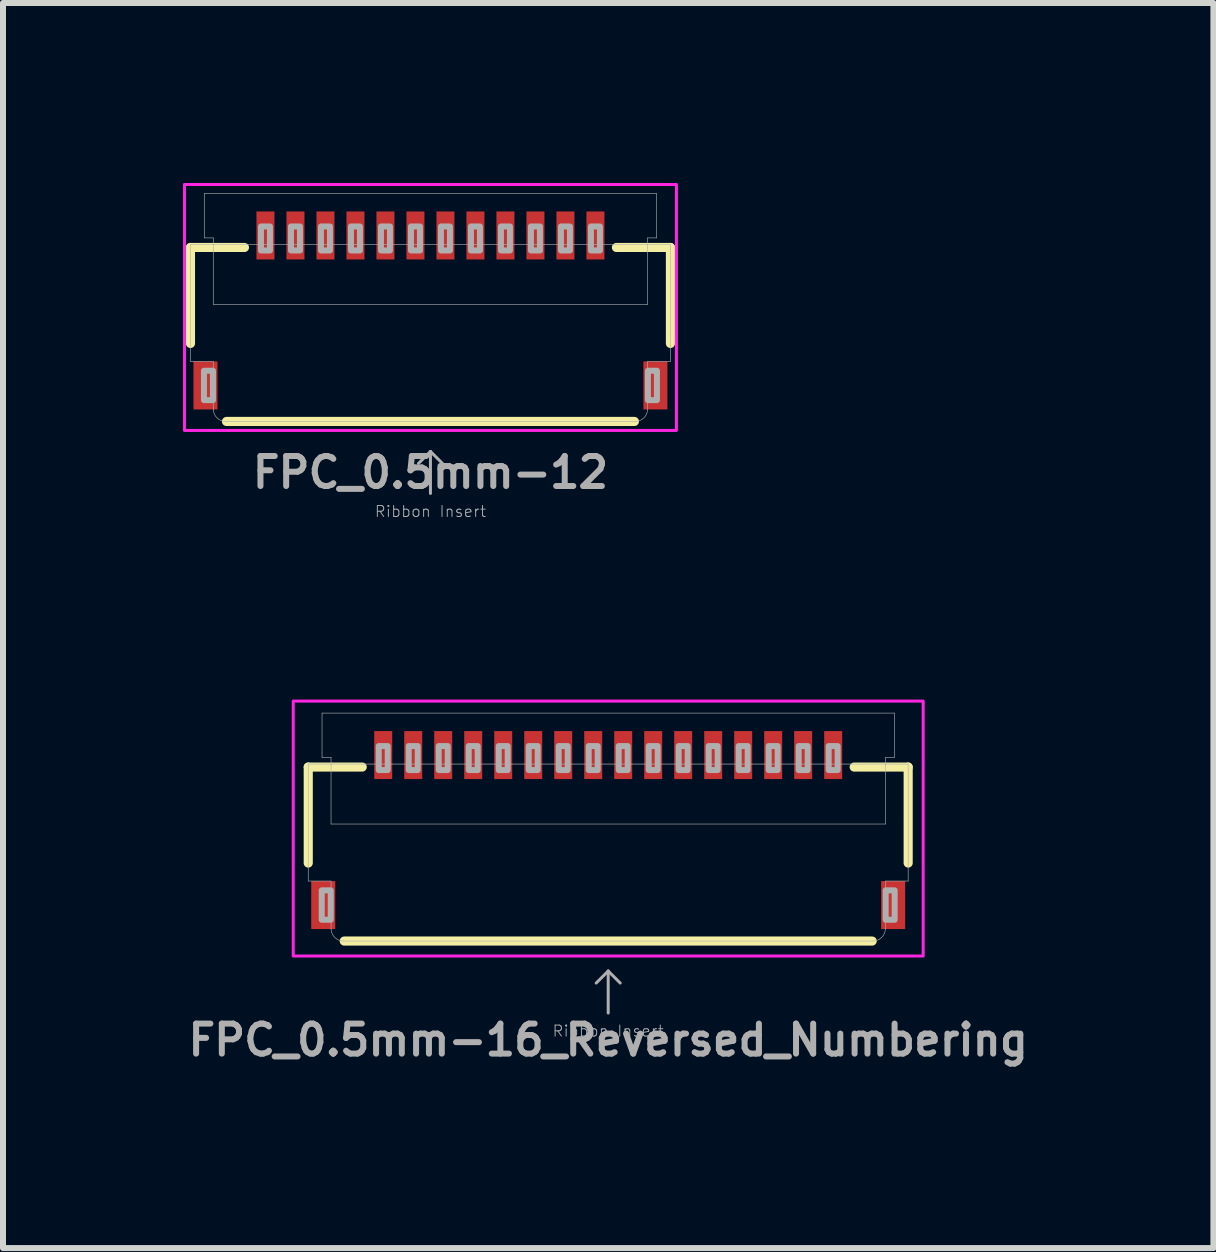
<source format=kicad_pcb>
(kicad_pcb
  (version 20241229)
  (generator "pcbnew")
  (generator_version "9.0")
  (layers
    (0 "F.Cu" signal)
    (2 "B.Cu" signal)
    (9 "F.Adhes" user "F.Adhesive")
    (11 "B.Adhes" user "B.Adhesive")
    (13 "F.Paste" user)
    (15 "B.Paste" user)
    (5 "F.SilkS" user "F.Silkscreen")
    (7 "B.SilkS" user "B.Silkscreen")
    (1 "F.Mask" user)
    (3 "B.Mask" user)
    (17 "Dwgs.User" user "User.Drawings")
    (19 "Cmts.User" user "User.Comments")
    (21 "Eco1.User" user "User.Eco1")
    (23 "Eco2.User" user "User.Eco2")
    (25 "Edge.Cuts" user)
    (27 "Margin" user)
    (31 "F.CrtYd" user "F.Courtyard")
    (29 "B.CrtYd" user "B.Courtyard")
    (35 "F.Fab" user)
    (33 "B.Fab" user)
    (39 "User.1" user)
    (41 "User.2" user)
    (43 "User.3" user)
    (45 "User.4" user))
  (footprint "FPC_0.5mm-12"
    (layer "F.Cu")
    (at 4.125 2.225)
    (property "Reference" "FPC_0.5mm-12" (at 0 2.6 0) (layer "F.Fab") (effects (font (size 0.5 0.5) (thickness 0.1) (bold yes))))
    (attr smd)
    (fp_line (start -4 -1.15) (end -4 0.45) (stroke (width 0.152) (type solid)) (layer "F.SilkS"))
    (fp_line (start -4 -1.15) (end -3.1 -1.15) (stroke (width 0.152) (type solid)) (layer "F.SilkS"))
    (fp_line (start -3.4 1.75) (end 3.4 1.75) (stroke (width 0.152) (type solid)) (layer "F.SilkS"))
    (fp_line (start 4 -1.15) (end 3.1 -1.15) (stroke (width 0.152) (type solid)) (layer "F.SilkS"))
    (fp_line (start 4 -1.15) (end 4 0.45) (stroke (width 0.152) (type solid)) (layer "F.SilkS"))
    (fp_rect (start -4.1 -2.2) (end 4.1 1.9) (stroke (width 0.05) (type default)) (fill no) (layer "F.CrtYd"))
    (fp_line (start -4 -1.2) (end -4 0.75) (stroke (width 0.01) (type solid)) (layer "F.Fab"))
    (fp_line (start -4 -1.2) (end -3.62 -1.2) (stroke (width 0.01) (type solid)) (layer "F.Fab"))
    (fp_line (start -3.77 -2.05) (end -3.77 -1.31) (stroke (width 0.01) (type solid)) (layer "F.Fab"))
    (fp_line (start -3.77 -2.05) (end 3.77 -2.05) (stroke (width 0.01) (type solid)) (layer "F.Fab"))
    (fp_line (start -3.62 -1.31) (end -3.77 -1.31) (stroke (width 0.01) (type solid)) (layer "F.Fab"))
    (fp_line (start -3.62 -1.2) (end -3.62 -1.31) (stroke (width 0.01) (type solid)) (layer "F.Fab"))
    (fp_line (start -3.62 -1.2) (end 3.62 -1.2) (stroke (width 0.01) (type solid)) (layer "F.Fab"))
    (fp_line (start -3.62 -0.2) (end -3.62 -1.2) (stroke (width 0.01) (type solid)) (layer "F.Fab"))
    (fp_line (start -3.62 -0.2) (end 3.62 -0.2) (stroke (width 0.01) (type solid)) (layer "F.Fab"))
    (fp_line (start -3.62 0.75) (end -4 0.75) (stroke (width 0.01) (type solid)) (layer "F.Fab"))
    (fp_line (start -3.62 1.55) (end -3.62 0.75) (stroke (width 0.01) (type solid)) (layer "F.Fab"))
    (fp_line (start 0 2.25) (end -0.2 2.45) (stroke (width 0.05) (type solid)) (layer "F.Fab"))
    (fp_line (start 0 2.25) (end 0.2 2.45) (stroke (width 0.05) (type solid)) (layer "F.Fab"))
    (fp_line (start 0 2.95) (end 0 2.25) (stroke (width 0.05) (type solid)) (layer "F.Fab"))
    (fp_line (start 3.41 1.75) (end -3.41 1.75) (stroke (width 0.01) (type solid)) (layer "F.Fab"))
    (fp_line (start 3.62 -1.31) (end 3.77 -1.31) (stroke (width 0.01) (type solid)) (layer "F.Fab"))
    (fp_line (start 3.62 -1.2) (end 3.62 -1.31) (stroke (width 0.01) (type solid)) (layer "F.Fab"))
    (fp_line (start 3.62 -1.2) (end 4 -1.2) (stroke (width 0.01) (type solid)) (layer "F.Fab"))
    (fp_line (start 3.62 -0.2) (end 3.62 -1.2) (stroke (width 0.01) (type solid)) (layer "F.Fab"))
    (fp_line (start 3.62 1.55) (end 3.62 0.75) (stroke (width 0.01) (type solid)) (layer "F.Fab"))
    (fp_line (start 3.77 -1.31) (end 3.77 -2.05) (stroke (width 0.01) (type solid)) (layer "F.Fab"))
    (fp_line (start 4 -1.2) (end 4 0.75) (stroke (width 0.01) (type solid)) (layer "F.Fab"))
    (fp_line (start 4 0.75) (end 3.62 0.75) (stroke (width 0.01) (type solid)) (layer "F.Fab"))
    (fp_arc (start -3.409999 1.749999) (mid -3.55542 1.692442) (end -3.62 1.55) (stroke (width 0.01) (type solid)) (layer "F.Fab"))
    (fp_arc (start 3.62 1.55) (mid 3.55542 1.692442) (end 3.409999 1.749999) (stroke (width 0.01) (type solid)) (layer "F.Fab"))
    (fp_poly (pts (xy -3.775 1.395) (xy -3.625 1.395) (xy -3.625 0.905) (xy -3.775 0.905)) (stroke (width 0.1) (type default)) (fill no) (layer "F.Fab"))
    (fp_poly (pts (xy -2.825 -1.1) (xy -2.675 -1.1) (xy -2.675 -1.5) (xy -2.825 -1.5)) (stroke (width 0.1) (type default)) (fill no) (layer "F.Fab"))
    (fp_poly (pts (xy -2.325 -1.1) (xy -2.175 -1.1) (xy -2.175 -1.5) (xy -2.325 -1.5)) (stroke (width 0.1) (type default)) (fill no) (layer "F.Fab"))
    (fp_poly (pts (xy -1.825 -1.1) (xy -1.675 -1.1) (xy -1.675 -1.5) (xy -1.825 -1.5)) (stroke (width 0.1) (type default)) (fill no) (layer "F.Fab"))
    (fp_poly (pts (xy -1.325 -1.1) (xy -1.175 -1.1) (xy -1.175 -1.5) (xy -1.325 -1.5)) (stroke (width 0.1) (type default)) (fill no) (layer "F.Fab"))
    (fp_poly (pts (xy -0.825 -1.1) (xy -0.675 -1.1) (xy -0.675 -1.5) (xy -0.825 -1.5)) (stroke (width 0.1) (type default)) (fill no) (layer "F.Fab"))
    (fp_poly (pts (xy -0.325 -1.1) (xy -0.175 -1.1) (xy -0.175 -1.5) (xy -0.325 -1.5)) (stroke (width 0.1) (type default)) (fill no) (layer "F.Fab"))
    (fp_poly (pts (xy 0.175 -1.1) (xy 0.325 -1.1) (xy 0.325 -1.5) (xy 0.175 -1.5)) (stroke (width 0.1) (type default)) (fill no) (layer "F.Fab"))
    (fp_poly (pts (xy 0.675 -1.1) (xy 0.825 -1.1) (xy 0.825 -1.5) (xy 0.675 -1.5)) (stroke (width 0.1) (type default)) (fill no) (layer "F.Fab"))
    (fp_poly (pts (xy 1.175 -1.1) (xy 1.325 -1.1) (xy 1.325 -1.5) (xy 1.175 -1.5)) (stroke (width 0.1) (type default)) (fill no) (layer "F.Fab"))
    (fp_poly (pts (xy 1.675 -1.1) (xy 1.825 -1.1) (xy 1.825 -1.5) (xy 1.675 -1.5)) (stroke (width 0.1) (type default)) (fill no) (layer "F.Fab"))
    (fp_poly (pts (xy 2.175 -1.1) (xy 2.325 -1.1) (xy 2.325 -1.5) (xy 2.175 -1.5)) (stroke (width 0.1) (type default)) (fill no) (layer "F.Fab"))
    (fp_poly (pts (xy 2.675 -1.1) (xy 2.825 -1.1) (xy 2.825 -1.5) (xy 2.675 -1.5)) (stroke (width 0.1) (type default)) (fill no) (layer "F.Fab"))
    (fp_poly (pts (xy 3.625 1.395) (xy 3.775 1.395) (xy 3.775 0.905) (xy 3.625 0.905)) (stroke (width 0.1) (type default)) (fill no) (layer "F.Fab"))
    (fp_text user "Ribbon Insert" (at 0 3.25 0) (layer "F.Fab") (effects (font (size 0.184 0.184) (thickness 0.016))))
    (pad "1" smd rect (at -2.75 -1.35) (size 0.3 0.8) (layers "F.Cu" "F.Mask" "F.Paste"))
    (pad "2" smd rect (at -2.25 -1.35) (size 0.3 0.8) (layers "F.Cu" "F.Mask" "F.Paste"))
    (pad "3" smd rect (at -1.75 -1.35) (size 0.3 0.8) (layers "F.Cu" "F.Mask" "F.Paste"))
    (pad "4" smd rect (at -1.25 -1.35) (size 0.3 0.8) (layers "F.Cu" "F.Mask" "F.Paste"))
    (pad "5" smd rect (at -0.75 -1.35) (size 0.3 0.8) (layers "F.Cu" "F.Mask" "F.Paste"))
    (pad "6" smd rect (at -0.25 -1.35) (size 0.3 0.8) (layers "F.Cu" "F.Mask" "F.Paste"))
    (pad "7" smd rect (at 0.25 -1.35) (size 0.3 0.8) (layers "F.Cu" "F.Mask" "F.Paste"))
    (pad "8" smd rect (at 0.75 -1.35) (size 0.3 0.8) (layers "F.Cu" "F.Mask" "F.Paste"))
    (pad "9" smd rect (at 1.25 -1.35) (size 0.3 0.8) (layers "F.Cu" "F.Mask" "F.Paste"))
    (pad "10" smd rect (at 1.75 -1.35) (size 0.3 0.8) (layers "F.Cu" "F.Mask" "F.Paste"))
    (pad "11" smd rect (at 2.25 -1.35) (size 0.3 0.8) (layers "F.Cu" "F.Mask" "F.Paste"))
    (pad "12" smd rect (at 2.75 -1.35) (size 0.3 0.8) (layers "F.Cu" "F.Mask" "F.Paste"))
    (pad "MP1" smd rect (at -3.75 1.15) (size 0.4 0.8) (layers "F.Cu" "F.Mask" "F.Paste"))
    (pad "MP2" smd rect (at 3.75 1.15) (size 0.4 0.8) (layers "F.Cu" "F.Mask" "F.Paste")))
  (footprint "FPC_0.5mm-16_Reversed_Numbering"
    (layer "F.Cu")
    (at 7.088 10.886)
    (property "Reference" "FPC_0.5mm-16_Reversed_Numbering" (at 0 3.4 0) (layer "F.Fab") (effects (font (size 0.5 0.5) (thickness 0.1) (bold yes))))
    (attr smd)
    (fp_line (start -5 -1.15) (end -5 0.45) (stroke (width 0.152) (type solid)) (layer "F.SilkS"))
    (fp_line (start -5 -1.15) (end -4.1 -1.15) (stroke (width 0.152) (type solid)) (layer "F.SilkS"))
    (fp_line (start -4.4 1.75) (end 4.4 1.75) (stroke (width 0.152) (type solid)) (layer "F.SilkS"))
    (fp_line (start 5 -1.15) (end 4.1 -1.15) (stroke (width 0.152) (type solid)) (layer "F.SilkS"))
    (fp_line (start 5 -1.15) (end 5 0.45) (stroke (width 0.152) (type solid)) (layer "F.SilkS"))
    (fp_poly (pts (xy -3.875 -1.025) (xy -3.625 -1.025) (xy -3.625 -1.675) (xy -3.875 -1.675)) (stroke (width 0) (type default)) (fill yes) (layer "F.Paste"))
    (fp_poly (pts (xy -3.375 -1.025) (xy -3.125 -1.025) (xy -3.125 -1.675) (xy -3.375 -1.675)) (stroke (width 0) (type default)) (fill yes) (layer "F.Paste"))
    (fp_poly (pts (xy -2.875 -1.025) (xy -2.625 -1.025) (xy -2.625 -1.675) (xy -2.875 -1.675)) (stroke (width 0) (type default)) (fill yes) (layer "F.Paste"))
    (fp_poly (pts (xy -2.375 -1.025) (xy -2.125 -1.025) (xy -2.125 -1.675) (xy -2.375 -1.675)) (stroke (width 0) (type default)) (fill yes) (layer "F.Paste"))
    (fp_poly (pts (xy -1.875 -1.025) (xy -1.625 -1.025) (xy -1.625 -1.675) (xy -1.875 -1.675)) (stroke (width 0) (type default)) (fill yes) (layer "F.Paste"))
    (fp_poly (pts (xy -1.375 -1.025) (xy -1.125 -1.025) (xy -1.125 -1.675) (xy -1.375 -1.675)) (stroke (width 0) (type default)) (fill yes) (layer "F.Paste"))
    (fp_poly (pts (xy -0.875 -1.025) (xy -0.625 -1.025) (xy -0.625 -1.675) (xy -0.875 -1.675)) (stroke (width 0) (type default)) (fill yes) (layer "F.Paste"))
    (fp_poly (pts (xy -0.375 -1.025) (xy -0.125 -1.025) (xy -0.125 -1.675) (xy -0.375 -1.675)) (stroke (width 0) (type default)) (fill yes) (layer "F.Paste"))
    (fp_poly (pts (xy 0.125 -1.025) (xy 0.375 -1.025) (xy 0.375 -1.675) (xy 0.125 -1.675)) (stroke (width 0) (type default)) (fill yes) (layer "F.Paste"))
    (fp_poly (pts (xy 0.625 -1.025) (xy 0.875 -1.025) (xy 0.875 -1.675) (xy 0.625 -1.675)) (stroke (width 0) (type default)) (fill yes) (layer "F.Paste"))
    (fp_poly (pts (xy 1.125 -1.025) (xy 1.375 -1.025) (xy 1.375 -1.675) (xy 1.125 -1.675)) (stroke (width 0) (type default)) (fill yes) (layer "F.Paste"))
    (fp_poly (pts (xy 1.625 -1.025) (xy 1.875 -1.025) (xy 1.875 -1.675) (xy 1.625 -1.675)) (stroke (width 0) (type default)) (fill yes) (layer "F.Paste"))
    (fp_poly (pts (xy 2.125 -1.025) (xy 2.375 -1.025) (xy 2.375 -1.675) (xy 2.125 -1.675)) (stroke (width 0) (type default)) (fill yes) (layer "F.Paste"))
    (fp_poly (pts (xy 2.625 -1.025) (xy 2.875 -1.025) (xy 2.875 -1.675) (xy 2.625 -1.675)) (stroke (width 0) (type default)) (fill yes) (layer "F.Paste"))
    (fp_poly (pts (xy 3.125 -1.025) (xy 3.375 -1.025) (xy 3.375 -1.675) (xy 3.125 -1.675)) (stroke (width 0) (type default)) (fill yes) (layer "F.Paste"))
    (fp_poly (pts (xy 3.625 -1.025) (xy 3.875 -1.025) (xy 3.875 -1.675) (xy 3.625 -1.675)) (stroke (width 0) (type default)) (fill yes) (layer "F.Paste"))
    (fp_rect (start -5.25 -2.25) (end 5.25 2) (stroke (width 0.05) (type default)) (fill no) (layer "F.CrtYd"))
    (fp_line (start -5 -1.2) (end -5 0.75) (stroke (width 0.01) (type solid)) (layer "F.Fab"))
    (fp_line (start -5 -1.2) (end -4.62 -1.2) (stroke (width 0.01) (type solid)) (layer "F.Fab"))
    (fp_line (start -4.77 -2.05) (end -4.77 -1.31) (stroke (width 0.01) (type solid)) (layer "F.Fab"))
    (fp_line (start -4.77 -2.05) (end 4.77 -2.05) (stroke (width 0.01) (type solid)) (layer "F.Fab"))
    (fp_line (start -4.62 -1.31) (end -4.77 -1.31) (stroke (width 0.01) (type solid)) (layer "F.Fab"))
    (fp_line (start -4.62 -1.2) (end -4.62 -1.31) (stroke (width 0.01) (type solid)) (layer "F.Fab"))
    (fp_line (start -4.62 -1.2) (end 4.62 -1.2) (stroke (width 0.01) (type solid)) (layer "F.Fab"))
    (fp_line (start -4.62 -0.2) (end -4.62 -1.2) (stroke (width 0.01) (type solid)) (layer "F.Fab"))
    (fp_line (start -4.62 -0.2) (end 4.62 -0.2) (stroke (width 0.01) (type solid)) (layer "F.Fab"))
    (fp_line (start -4.62 0.75) (end -5 0.75) (stroke (width 0.01) (type solid)) (layer "F.Fab"))
    (fp_line (start -4.62 1.55) (end -4.62 0.75) (stroke (width 0.01) (type solid)) (layer "F.Fab"))
    (fp_line (start 0 2.25) (end -0.2 2.45) (stroke (width 0.05) (type solid)) (layer "F.Fab"))
    (fp_line (start 0 2.25) (end 0.2 2.45) (stroke (width 0.05) (type solid)) (layer "F.Fab"))
    (fp_line (start 0 2.95) (end 0 2.25) (stroke (width 0.05) (type solid)) (layer "F.Fab"))
    (fp_line (start 4.41 1.75) (end -4.41 1.75) (stroke (width 0.01) (type solid)) (layer "F.Fab"))
    (fp_line (start 4.62 -1.31) (end 4.77 -1.31) (stroke (width 0.01) (type solid)) (layer "F.Fab"))
    (fp_line (start 4.62 -1.2) (end 4.62 -1.31) (stroke (width 0.01) (type solid)) (layer "F.Fab"))
    (fp_line (start 4.62 -1.2) (end 5 -1.2) (stroke (width 0.01) (type solid)) (layer "F.Fab"))
    (fp_line (start 4.62 -0.2) (end 4.62 -1.2) (stroke (width 0.01) (type solid)) (layer "F.Fab"))
    (fp_line (start 4.62 1.55) (end 4.62 0.75) (stroke (width 0.01) (type solid)) (layer "F.Fab"))
    (fp_line (start 4.77 -1.31) (end 4.77 -2.05) (stroke (width 0.01) (type solid)) (layer "F.Fab"))
    (fp_line (start 5 -1.2) (end 5 0.75) (stroke (width 0.01) (type solid)) (layer "F.Fab"))
    (fp_line (start 5 0.75) (end 4.62 0.75) (stroke (width 0.01) (type solid)) (layer "F.Fab"))
    (fp_arc (start -4.409999 1.749999) (mid -4.55542 1.692442) (end -4.62 1.55) (stroke (width 0.01) (type solid)) (layer "F.Fab"))
    (fp_arc (start 4.62 1.55) (mid 4.55542 1.692442) (end 4.409999 1.749999) (stroke (width 0.01) (type solid)) (layer "F.Fab"))
    (fp_poly (pts (xy -4.775 1.395) (xy -4.625 1.395) (xy -4.625 0.905) (xy -4.775 0.905)) (stroke (width 0.1) (type default)) (fill no) (layer "F.Fab"))
    (fp_poly (pts (xy -3.825 -1.1) (xy -3.675 -1.1) (xy -3.675 -1.5) (xy -3.825 -1.5)) (stroke (width 0.1) (type default)) (fill no) (layer "F.Fab"))
    (fp_poly (pts (xy -3.325 -1.1) (xy -3.175 -1.1) (xy -3.175 -1.5) (xy -3.325 -1.5)) (stroke (width 0.1) (type default)) (fill no) (layer "F.Fab"))
    (fp_poly (pts (xy -2.825 -1.1) (xy -2.675 -1.1) (xy -2.675 -1.5) (xy -2.825 -1.5)) (stroke (width 0.1) (type default)) (fill no) (layer "F.Fab"))
    (fp_poly (pts (xy -2.325 -1.1) (xy -2.175 -1.1) (xy -2.175 -1.5) (xy -2.325 -1.5)) (stroke (width 0.1) (type default)) (fill no) (layer "F.Fab"))
    (fp_poly (pts (xy -1.825 -1.1) (xy -1.675 -1.1) (xy -1.675 -1.5) (xy -1.825 -1.5)) (stroke (width 0.1) (type default)) (fill no) (layer "F.Fab"))
    (fp_poly (pts (xy -1.325 -1.1) (xy -1.175 -1.1) (xy -1.175 -1.5) (xy -1.325 -1.5)) (stroke (width 0.1) (type default)) (fill no) (layer "F.Fab"))
    (fp_poly (pts (xy -0.825 -1.1) (xy -0.675 -1.1) (xy -0.675 -1.5) (xy -0.825 -1.5)) (stroke (width 0.1) (type default)) (fill no) (layer "F.Fab"))
    (fp_poly (pts (xy -0.325 -1.1) (xy -0.175 -1.1) (xy -0.175 -1.5) (xy -0.325 -1.5)) (stroke (width 0.1) (type default)) (fill no) (layer "F.Fab"))
    (fp_poly (pts (xy 0.175 -1.1) (xy 0.325 -1.1) (xy 0.325 -1.5) (xy 0.175 -1.5)) (stroke (width 0.1) (type default)) (fill no) (layer "F.Fab"))
    (fp_poly (pts (xy 0.675 -1.1) (xy 0.825 -1.1) (xy 0.825 -1.5) (xy 0.675 -1.5)) (stroke (width 0.1) (type default)) (fill no) (layer "F.Fab"))
    (fp_poly (pts (xy 1.175 -1.1) (xy 1.325 -1.1) (xy 1.325 -1.5) (xy 1.175 -1.5)) (stroke (width 0.1) (type default)) (fill no) (layer "F.Fab"))
    (fp_poly (pts (xy 1.675 -1.1) (xy 1.825 -1.1) (xy 1.825 -1.5) (xy 1.675 -1.5)) (stroke (width 0.1) (type default)) (fill no) (layer "F.Fab"))
    (fp_poly (pts (xy 2.175 -1.1) (xy 2.325 -1.1) (xy 2.325 -1.5) (xy 2.175 -1.5)) (stroke (width 0.1) (type default)) (fill no) (layer "F.Fab"))
    (fp_poly (pts (xy 2.675 -1.1) (xy 2.825 -1.1) (xy 2.825 -1.5) (xy 2.675 -1.5)) (stroke (width 0.1) (type default)) (fill no) (layer "F.Fab"))
    (fp_poly (pts (xy 3.175 -1.1) (xy 3.325 -1.1) (xy 3.325 -1.5) (xy 3.175 -1.5)) (stroke (width 0.1) (type default)) (fill no) (layer "F.Fab"))
    (fp_poly (pts (xy 3.675 -1.1) (xy 3.825 -1.1) (xy 3.825 -1.5) (xy 3.675 -1.5)) (stroke (width 0.1) (type default)) (fill no) (layer "F.Fab"))
    (fp_poly (pts (xy 4.625 1.395) (xy 4.775 1.395) (xy 4.775 0.905) (xy 4.625 0.905)) (stroke (width 0.1) (type default)) (fill no) (layer "F.Fab"))
    (fp_text user "Ribbon Insert" (at 0 3.25 0) (layer "F.Fab") (effects (font (size 0.184 0.184) (thickness 0.016))))
    (pad "1" smd rect (at 3.75 -1.35) (size 0.3 0.8) (layers "F.Cu" "F.Mask"))
    (pad "2" smd rect (at 3.25 -1.35) (size 0.3 0.8) (layers "F.Cu" "F.Mask"))
    (pad "3" smd rect (at 2.75 -1.35) (size 0.3 0.8) (layers "F.Cu" "F.Mask"))
    (pad "4" smd rect (at 2.25 -1.35) (size 0.3 0.8) (layers "F.Cu" "F.Mask"))
    (pad "5" smd rect (at 1.75 -1.35) (size 0.3 0.8) (layers "F.Cu" "F.Mask"))
    (pad "6" smd rect (at 1.25 -1.35) (size 0.3 0.8) (layers "F.Cu" "F.Mask"))
    (pad "7" smd rect (at 0.75 -1.35) (size 0.3 0.8) (layers "F.Cu" "F.Mask"))
    (pad "8" smd rect (at 0.25 -1.35) (size 0.3 0.8) (layers "F.Cu" "F.Mask"))
    (pad "9" smd rect (at -0.25 -1.35) (size 0.3 0.8) (layers "F.Cu" "F.Mask"))
    (pad "10" smd rect (at -0.75 -1.35) (size 0.3 0.8) (layers "F.Cu" "F.Mask"))
    (pad "11" smd rect (at -1.25 -1.35) (size 0.3 0.8) (layers "F.Cu" "F.Mask"))
    (pad "12" smd rect (at -1.75 -1.35) (size 0.3 0.8) (layers "F.Cu" "F.Mask"))
    (pad "13" smd rect (at -2.25 -1.35) (size 0.3 0.8) (layers "F.Cu" "F.Mask"))
    (pad "14" smd rect (at -2.75 -1.35) (size 0.3 0.8) (layers "F.Cu" "F.Mask"))
    (pad "15" smd rect (at -3.25 -1.35) (size 0.3 0.8) (layers "F.Cu" "F.Mask"))
    (pad "16" smd rect (at -3.75 -1.35) (size 0.3 0.8) (layers "F.Cu" "F.Mask"))
    (pad "MP1" smd rect (at -4.75 1.15) (size 0.4 0.8) (layers "F.Cu" "F.Mask" "F.Paste"))
    (pad "MP2" smd rect (at 4.75 1.15) (size 0.4 0.8) (layers "F.Cu" "F.Mask" "F.Paste")))
  (gr_rect
    (start -3 -3)
    (end 17.176 17.754)
    (stroke (width 0.1) (type default))
    (fill no)
    (layer "Edge.Cuts")))
</source>
